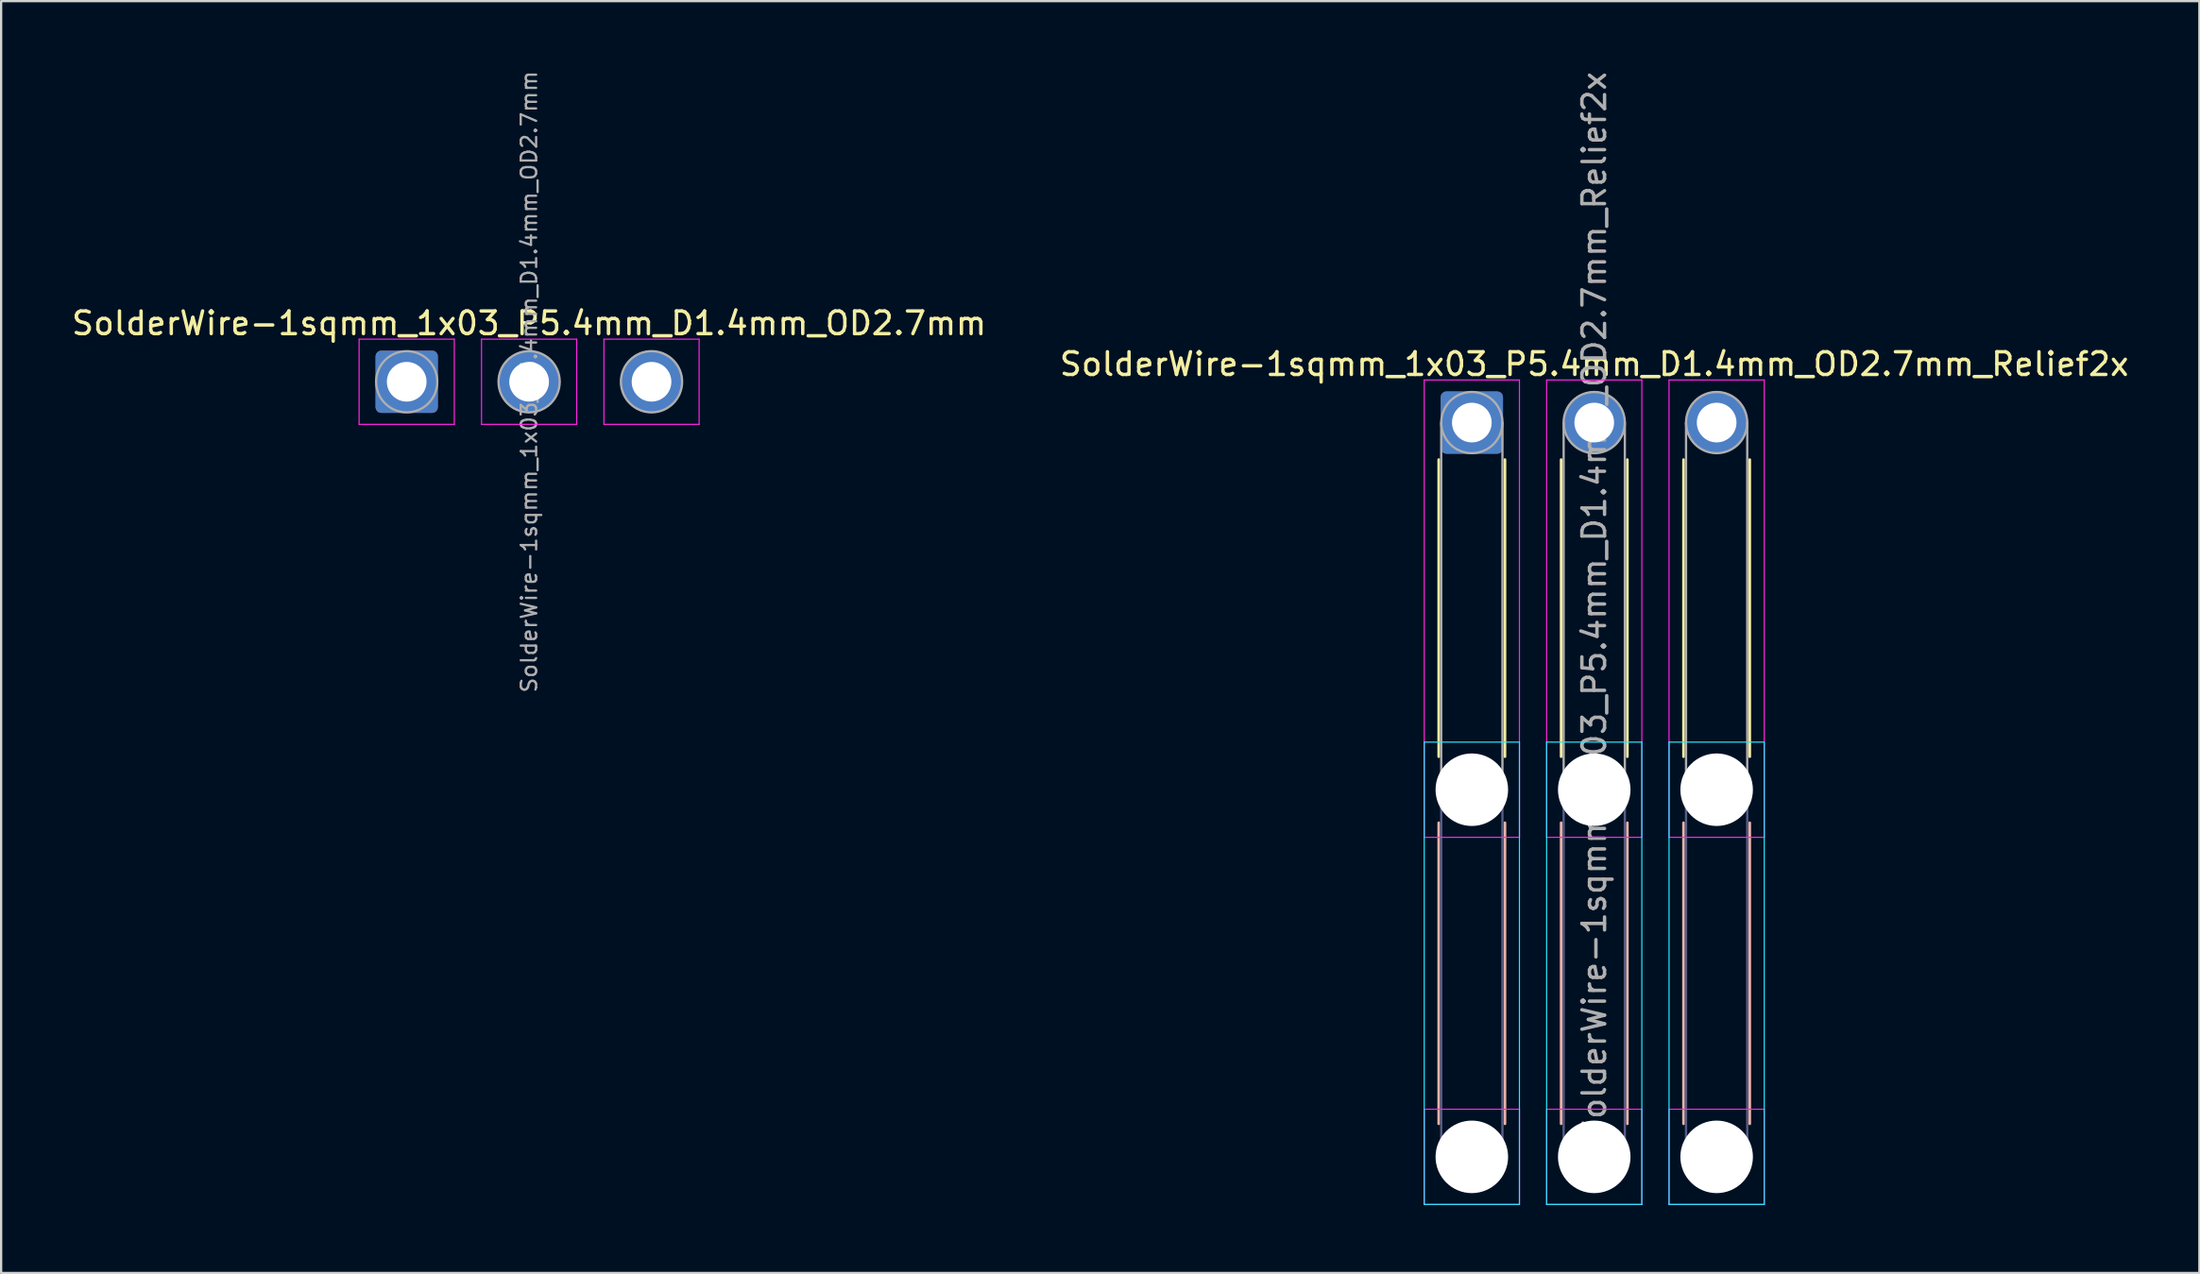
<source format=kicad_pcb>
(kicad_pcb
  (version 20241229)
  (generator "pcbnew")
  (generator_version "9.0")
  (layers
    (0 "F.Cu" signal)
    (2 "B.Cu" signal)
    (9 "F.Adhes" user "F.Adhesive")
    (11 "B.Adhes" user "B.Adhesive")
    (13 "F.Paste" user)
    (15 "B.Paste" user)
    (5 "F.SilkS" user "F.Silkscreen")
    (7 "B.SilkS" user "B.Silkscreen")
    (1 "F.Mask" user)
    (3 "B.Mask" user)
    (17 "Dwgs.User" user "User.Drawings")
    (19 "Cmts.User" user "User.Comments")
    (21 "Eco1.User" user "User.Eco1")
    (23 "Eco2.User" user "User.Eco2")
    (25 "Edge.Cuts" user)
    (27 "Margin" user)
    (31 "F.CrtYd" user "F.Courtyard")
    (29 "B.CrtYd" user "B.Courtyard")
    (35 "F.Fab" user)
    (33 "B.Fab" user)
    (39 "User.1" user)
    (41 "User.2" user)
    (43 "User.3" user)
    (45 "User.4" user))
  (footprint "SolderWire-1sqmm_1x03_P5.4mm_D1.4mm_OD2.7mm"
    (layer "F.Cu")
    (at 14.892 13.795)
    (property "Reference" "SolderWire-1sqmm_1x03_P5.4mm_D1.4mm_OD2.7mm" (at 5.4 -2.58 0) (layer "F.SilkS") (effects (font (size 1 1) (thickness 0.15))))
    (attr exclude_from_pos_files exclude_from_bom)
    (fp_line (start -2.1 -1.88) (end -2.1 1.88) (stroke (width 0.05) (type solid)) (layer "F.CrtYd"))
    (fp_line (start -2.1 1.88) (end 2.1 1.88) (stroke (width 0.05) (type solid)) (layer "F.CrtYd"))
    (fp_line (start 2.1 -1.88) (end -2.1 -1.88) (stroke (width 0.05) (type solid)) (layer "F.CrtYd"))
    (fp_line (start 2.1 1.88) (end 2.1 -1.88) (stroke (width 0.05) (type solid)) (layer "F.CrtYd"))
    (fp_line (start 3.3 -1.88) (end 3.3 1.88) (stroke (width 0.05) (type solid)) (layer "F.CrtYd"))
    (fp_line (start 3.3 1.88) (end 7.5 1.88) (stroke (width 0.05) (type solid)) (layer "F.CrtYd"))
    (fp_line (start 7.5 -1.88) (end 3.3 -1.88) (stroke (width 0.05) (type solid)) (layer "F.CrtYd"))
    (fp_line (start 7.5 1.88) (end 7.5 -1.88) (stroke (width 0.05) (type solid)) (layer "F.CrtYd"))
    (fp_line (start 8.7 -1.88) (end 8.7 1.88) (stroke (width 0.05) (type solid)) (layer "F.CrtYd"))
    (fp_line (start 8.7 1.88) (end 12.9 1.88) (stroke (width 0.05) (type solid)) (layer "F.CrtYd"))
    (fp_line (start 12.9 -1.88) (end 8.7 -1.88) (stroke (width 0.05) (type solid)) (layer "F.CrtYd"))
    (fp_line (start 12.9 1.88) (end 12.9 -1.88) (stroke (width 0.05) (type solid)) (layer "F.CrtYd"))
    (fp_circle (center 0 0) (end 1.35 0) (stroke (width 0.1) (type solid)) (fill no) (layer "F.Fab"))
    (fp_circle (center 5.4 0) (end 6.75 0) (stroke (width 0.1) (type solid)) (fill no) (layer "F.Fab"))
    (fp_circle (center 10.8 0) (end 12.15 0) (stroke (width 0.1) (type solid)) (fill no) (layer "F.Fab"))
    (fp_text user "${REFERENCE}" (at 5.4 0 90) (layer "F.Fab") (effects (font (size 0.68 0.68) (thickness 0.1))))
    (pad "1" thru_hole roundrect (at 0 0) (size 2.75 2.75) (drill 1.75) (layers "*.Cu" "*.Mask") (roundrect_rratio 0.091))
    (pad "2" thru_hole circle (at 5.4 0) (size 2.75 2.75) (drill 1.75) (layers "*.Cu" "*.Mask"))
    (pad "3" thru_hole circle (at 10.8 0) (size 2.75 2.75) (drill 1.75) (layers "*.Cu" "*.Mask")))
  (footprint "SolderWire-1sqmm_1x03_P5.4mm_D1.4mm_OD2.7mm_Relief2x"
    (layer "F.Cu")
    (at 61.88 15.596)
    (property "Reference" "SolderWire-1sqmm_1x03_P5.4mm_D1.4mm_OD2.7mm_Relief2x" (at 5.4 -2.58 0) (layer "F.SilkS") (effects (font (size 1 1) (thickness 0.15))))
    (attr exclude_from_pos_files exclude_from_bom)
    (fp_line (start -1.46 1.635) (end -1.46 14.74) (stroke (width 0.12) (type solid)) (layer "F.SilkS"))
    (fp_line (start 1.46 1.635) (end 1.46 14.74) (stroke (width 0.12) (type solid)) (layer "F.SilkS"))
    (fp_line (start 3.94 1.635) (end 3.94 14.74) (stroke (width 0.12) (type solid)) (layer "F.SilkS"))
    (fp_line (start 6.86 1.635) (end 6.86 14.74) (stroke (width 0.12) (type solid)) (layer "F.SilkS"))
    (fp_line (start 9.34 1.635) (end 9.34 14.74) (stroke (width 0.12) (type solid)) (layer "F.SilkS"))
    (fp_line (start 12.26 1.635) (end 12.26 14.74) (stroke (width 0.12) (type solid)) (layer "F.SilkS"))
    (fp_line (start -1.46 17.66) (end -1.46 30.94) (stroke (width 0.12) (type solid)) (layer "B.SilkS"))
    (fp_line (start 1.46 17.66) (end 1.46 30.94) (stroke (width 0.12) (type solid)) (layer "B.SilkS"))
    (fp_line (start 3.94 17.66) (end 3.94 30.94) (stroke (width 0.12) (type solid)) (layer "B.SilkS"))
    (fp_line (start 6.86 17.66) (end 6.86 30.94) (stroke (width 0.12) (type solid)) (layer "B.SilkS"))
    (fp_line (start 9.34 17.66) (end 9.34 30.94) (stroke (width 0.12) (type solid)) (layer "B.SilkS"))
    (fp_line (start 12.26 17.66) (end 12.26 30.94) (stroke (width 0.12) (type solid)) (layer "B.SilkS"))
    (fp_line (start -2.1 14.1) (end -2.1 34.5) (stroke (width 0.05) (type solid)) (layer "B.CrtYd"))
    (fp_line (start -2.1 34.5) (end 2.1 34.5) (stroke (width 0.05) (type solid)) (layer "B.CrtYd"))
    (fp_line (start 2.1 14.1) (end -2.1 14.1) (stroke (width 0.05) (type solid)) (layer "B.CrtYd"))
    (fp_line (start 2.1 34.5) (end 2.1 14.1) (stroke (width 0.05) (type solid)) (layer "B.CrtYd"))
    (fp_line (start 3.3 14.1) (end 3.3 34.5) (stroke (width 0.05) (type solid)) (layer "B.CrtYd"))
    (fp_line (start 3.3 34.5) (end 7.5 34.5) (stroke (width 0.05) (type solid)) (layer "B.CrtYd"))
    (fp_line (start 7.5 14.1) (end 3.3 14.1) (stroke (width 0.05) (type solid)) (layer "B.CrtYd"))
    (fp_line (start 7.5 34.5) (end 7.5 14.1) (stroke (width 0.05) (type solid)) (layer "B.CrtYd"))
    (fp_line (start 8.7 14.1) (end 8.7 34.5) (stroke (width 0.05) (type solid)) (layer "B.CrtYd"))
    (fp_line (start 8.7 34.5) (end 12.9 34.5) (stroke (width 0.05) (type solid)) (layer "B.CrtYd"))
    (fp_line (start 12.9 14.1) (end 8.7 14.1) (stroke (width 0.05) (type solid)) (layer "B.CrtYd"))
    (fp_line (start 12.9 34.5) (end 12.9 14.1) (stroke (width 0.05) (type solid)) (layer "B.CrtYd"))
    (fp_line (start -2.1 -1.88) (end -2.1 18.3) (stroke (width 0.05) (type solid)) (layer "F.CrtYd"))
    (fp_line (start -2.1 18.3) (end 2.1 18.3) (stroke (width 0.05) (type solid)) (layer "F.CrtYd"))
    (fp_line (start -2.1 30.3) (end -2.1 34.5) (stroke (width 0.05) (type solid)) (layer "F.CrtYd"))
    (fp_line (start -2.1 34.5) (end 2.1 34.5) (stroke (width 0.05) (type solid)) (layer "F.CrtYd"))
    (fp_line (start 2.1 -1.88) (end -2.1 -1.88) (stroke (width 0.05) (type solid)) (layer "F.CrtYd"))
    (fp_line (start 2.1 18.3) (end 2.1 -1.88) (stroke (width 0.05) (type solid)) (layer "F.CrtYd"))
    (fp_line (start 2.1 30.3) (end -2.1 30.3) (stroke (width 0.05) (type solid)) (layer "F.CrtYd"))
    (fp_line (start 2.1 34.5) (end 2.1 30.3) (stroke (width 0.05) (type solid)) (layer "F.CrtYd"))
    (fp_line (start 3.3 -1.88) (end 3.3 18.3) (stroke (width 0.05) (type solid)) (layer "F.CrtYd"))
    (fp_line (start 3.3 18.3) (end 7.5 18.3) (stroke (width 0.05) (type solid)) (layer "F.CrtYd"))
    (fp_line (start 3.3 30.3) (end 3.3 34.5) (stroke (width 0.05) (type solid)) (layer "F.CrtYd"))
    (fp_line (start 3.3 34.5) (end 7.5 34.5) (stroke (width 0.05) (type solid)) (layer "F.CrtYd"))
    (fp_line (start 7.5 -1.88) (end 3.3 -1.88) (stroke (width 0.05) (type solid)) (layer "F.CrtYd"))
    (fp_line (start 7.5 18.3) (end 7.5 -1.88) (stroke (width 0.05) (type solid)) (layer "F.CrtYd"))
    (fp_line (start 7.5 30.3) (end 3.3 30.3) (stroke (width 0.05) (type solid)) (layer "F.CrtYd"))
    (fp_line (start 7.5 34.5) (end 7.5 30.3) (stroke (width 0.05) (type solid)) (layer "F.CrtYd"))
    (fp_line (start 8.7 -1.88) (end 8.7 18.3) (stroke (width 0.05) (type solid)) (layer "F.CrtYd"))
    (fp_line (start 8.7 18.3) (end 12.9 18.3) (stroke (width 0.05) (type solid)) (layer "F.CrtYd"))
    (fp_line (start 8.7 30.3) (end 8.7 34.5) (stroke (width 0.05) (type solid)) (layer "F.CrtYd"))
    (fp_line (start 8.7 34.5) (end 12.9 34.5) (stroke (width 0.05) (type solid)) (layer "F.CrtYd"))
    (fp_line (start 12.9 -1.88) (end 8.7 -1.88) (stroke (width 0.05) (type solid)) (layer "F.CrtYd"))
    (fp_line (start 12.9 18.3) (end 12.9 -1.88) (stroke (width 0.05) (type solid)) (layer "F.CrtYd"))
    (fp_line (start 12.9 30.3) (end 8.7 30.3) (stroke (width 0.05) (type solid)) (layer "F.CrtYd"))
    (fp_line (start 12.9 34.5) (end 12.9 30.3) (stroke (width 0.05) (type solid)) (layer "F.CrtYd"))
    (fp_line (start -1.35 16.2) (end -1.35 32.4) (stroke (width 0.1) (type solid)) (layer "B.Fab"))
    (fp_line (start 1.35 16.2) (end 1.35 32.4) (stroke (width 0.1) (type solid)) (layer "B.Fab"))
    (fp_line (start 4.05 16.2) (end 4.05 32.4) (stroke (width 0.1) (type solid)) (layer "B.Fab"))
    (fp_line (start 6.75 16.2) (end 6.75 32.4) (stroke (width 0.1) (type solid)) (layer "B.Fab"))
    (fp_line (start 9.45 16.2) (end 9.45 32.4) (stroke (width 0.1) (type solid)) (layer "B.Fab"))
    (fp_line (start 12.15 16.2) (end 12.15 32.4) (stroke (width 0.1) (type solid)) (layer "B.Fab"))
    (fp_circle (center 0 16.2) (end 1.35 16.2) (stroke (width 0.1) (type solid)) (fill no) (layer "B.Fab"))
    (fp_circle (center 0 32.4) (end 1.35 32.4) (stroke (width 0.1) (type solid)) (fill no) (layer "B.Fab"))
    (fp_circle (center 5.4 16.2) (end 6.75 16.2) (stroke (width 0.1) (type solid)) (fill no) (layer "B.Fab"))
    (fp_circle (center 5.4 32.4) (end 6.75 32.4) (stroke (width 0.1) (type solid)) (fill no) (layer "B.Fab"))
    (fp_circle (center 10.8 16.2) (end 12.15 16.2) (stroke (width 0.1) (type solid)) (fill no) (layer "B.Fab"))
    (fp_circle (center 10.8 32.4) (end 12.15 32.4) (stroke (width 0.1) (type solid)) (fill no) (layer "B.Fab"))
    (fp_line (start -1.35 0) (end -1.35 16.2) (stroke (width 0.1) (type solid)) (layer "F.Fab"))
    (fp_line (start 1.35 0) (end 1.35 16.2) (stroke (width 0.1) (type solid)) (layer "F.Fab"))
    (fp_line (start 4.05 0) (end 4.05 16.2) (stroke (width 0.1) (type solid)) (layer "F.Fab"))
    (fp_line (start 6.75 0) (end 6.75 16.2) (stroke (width 0.1) (type solid)) (layer "F.Fab"))
    (fp_line (start 9.45 0) (end 9.45 16.2) (stroke (width 0.1) (type solid)) (layer "F.Fab"))
    (fp_line (start 12.15 0) (end 12.15 16.2) (stroke (width 0.1) (type solid)) (layer "F.Fab"))
    (fp_circle (center 0 0) (end 1.35 0) (stroke (width 0.1) (type solid)) (fill no) (layer "F.Fab"))
    (fp_circle (center 0 16.2) (end 1.35 16.2) (stroke (width 0.1) (type solid)) (fill no) (layer "F.Fab"))
    (fp_circle (center 0 32.4) (end 1.35 32.4) (stroke (width 0.1) (type solid)) (fill no) (layer "F.Fab"))
    (fp_circle (center 5.4 0) (end 6.75 0) (stroke (width 0.1) (type solid)) (fill no) (layer "F.Fab"))
    (fp_circle (center 5.4 16.2) (end 6.75 16.2) (stroke (width 0.1) (type solid)) (fill no) (layer "F.Fab"))
    (fp_circle (center 5.4 32.4) (end 6.75 32.4) (stroke (width 0.1) (type solid)) (fill no) (layer "F.Fab"))
    (fp_circle (center 10.8 0) (end 12.15 0) (stroke (width 0.1) (type solid)) (fill no) (layer "F.Fab"))
    (fp_circle (center 10.8 16.2) (end 12.15 16.2) (stroke (width 0.1) (type solid)) (fill no) (layer "F.Fab"))
    (fp_circle (center 10.8 32.4) (end 12.15 32.4) (stroke (width 0.1) (type solid)) (fill no) (layer "F.Fab"))
    (fp_text user "${REFERENCE}" (at 5.4 8.1 90) (layer "F.Fab") (effects (font (size 1 1) (thickness 0.15))))
    (pad "" np_thru_hole circle (at 0 16.2) (size 3.2 3.2) (drill 3.2) (layers "*.Cu" "*.Mask"))
    (pad "" np_thru_hole circle (at 0 32.4) (size 3.2 3.2) (drill 3.2) (layers "*.Cu" "*.Mask"))
    (pad "" np_thru_hole circle (at 5.4 16.2) (size 3.2 3.2) (drill 3.2) (layers "*.Cu" "*.Mask"))
    (pad "" np_thru_hole circle (at 5.4 32.4) (size 3.2 3.2) (drill 3.2) (layers "*.Cu" "*.Mask"))
    (pad "" np_thru_hole circle (at 10.8 16.2) (size 3.2 3.2) (drill 3.2) (layers "*.Cu" "*.Mask"))
    (pad "" np_thru_hole circle (at 10.8 32.4) (size 3.2 3.2) (drill 3.2) (layers "*.Cu" "*.Mask"))
    (pad "1" thru_hole roundrect (at 0 0) (size 2.75 2.75) (drill 1.75) (layers "*.Cu" "*.Mask") (roundrect_rratio 0.091))
    (pad "2" thru_hole circle (at 5.4 0) (size 2.75 2.75) (drill 1.75) (layers "*.Cu" "*.Mask"))
    (pad "3" thru_hole circle (at 10.8 0) (size 2.75 2.75) (drill 1.75) (layers "*.Cu" "*.Mask")))
  (gr_rect
    (start -3 -3)
    (end 93.976 53.121)
    (stroke (width 0.1) (type default))
    (fill no)
    (layer "Edge.Cuts")))
</source>
